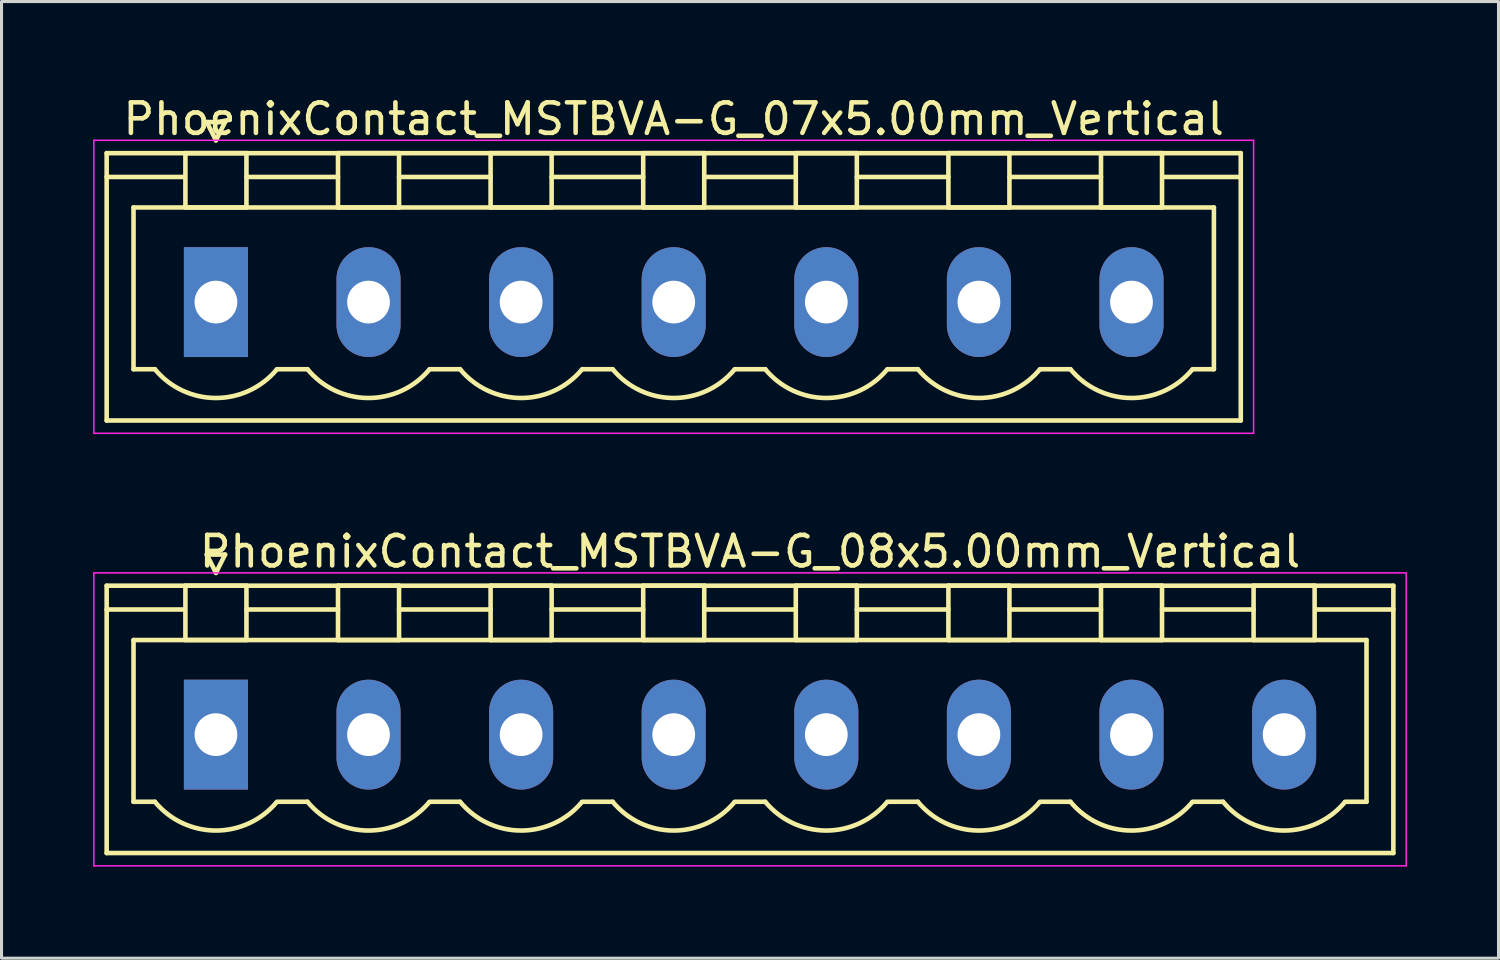
<source format=kicad_pcb>
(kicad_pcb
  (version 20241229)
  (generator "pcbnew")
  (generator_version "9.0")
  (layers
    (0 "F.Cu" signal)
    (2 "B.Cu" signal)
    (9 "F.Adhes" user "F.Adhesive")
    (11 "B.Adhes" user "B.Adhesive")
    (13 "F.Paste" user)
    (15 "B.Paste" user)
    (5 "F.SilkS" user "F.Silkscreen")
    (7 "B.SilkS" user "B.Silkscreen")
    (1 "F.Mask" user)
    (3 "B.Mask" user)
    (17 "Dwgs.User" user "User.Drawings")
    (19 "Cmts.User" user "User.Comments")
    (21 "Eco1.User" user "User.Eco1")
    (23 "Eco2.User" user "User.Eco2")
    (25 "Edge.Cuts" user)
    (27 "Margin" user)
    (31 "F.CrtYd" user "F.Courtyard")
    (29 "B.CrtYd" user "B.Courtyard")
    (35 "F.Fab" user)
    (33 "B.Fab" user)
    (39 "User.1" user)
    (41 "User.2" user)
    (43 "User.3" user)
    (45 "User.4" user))
  (footprint "PhoenixContact_MSTBVA-G_07x5.00mm_Vertical"
    (layer "F.Cu")
    (at 4.025 6.848)
    (property "Reference" "PhoenixContact_MSTBVA-G_07x5.00mm_Vertical" (at 15 -6 0) (layer "F.SilkS") (effects (font (size 1 1) (thickness 0.15))))
    (attr through_hole)
    (fp_line (start -3.58 -4.88) (end -3.58 3.88) (stroke (width 0.15) (type solid)) (layer "F.SilkS"))
    (fp_line (start -3.58 -4.1) (end -1.08 -4.1) (stroke (width 0.15) (type solid)) (layer "F.SilkS"))
    (fp_line (start -3.58 3.88) (end 33.58 3.88) (stroke (width 0.15) (type solid)) (layer "F.SilkS"))
    (fp_line (start -2.7 -3.1) (end 32.7 -3.1) (stroke (width 0.15) (type solid)) (layer "F.SilkS"))
    (fp_line (start -2.7 2.2) (end -2.7 -3.1) (stroke (width 0.15) (type solid)) (layer "F.SilkS"))
    (fp_line (start -2 2.2) (end -2.7 2.2) (stroke (width 0.15) (type solid)) (layer "F.SilkS"))
    (fp_line (start -1 -4.88) (end 1 -4.88) (stroke (width 0.15) (type solid)) (layer "F.SilkS"))
    (fp_line (start -1 -3.1) (end -1 -4.88) (stroke (width 0.15) (type solid)) (layer "F.SilkS"))
    (fp_line (start -0.3 -5.9) (end 0 -5.3) (stroke (width 0.15) (type solid)) (layer "F.SilkS"))
    (fp_line (start 0 -5.3) (end 0.3 -5.9) (stroke (width 0.15) (type solid)) (layer "F.SilkS"))
    (fp_line (start 0.3 -5.9) (end -0.3 -5.9) (stroke (width 0.15) (type solid)) (layer "F.SilkS"))
    (fp_line (start 1 -4.88) (end 1 -3.1) (stroke (width 0.15) (type solid)) (layer "F.SilkS"))
    (fp_line (start 1 -4.1) (end 4 -4.1) (stroke (width 0.15) (type solid)) (layer "F.SilkS"))
    (fp_line (start 1 -3.1) (end -1 -3.1) (stroke (width 0.15) (type solid)) (layer "F.SilkS"))
    (fp_line (start 2 2.2) (end 3 2.2) (stroke (width 0.15) (type solid)) (layer "F.SilkS"))
    (fp_line (start 4 -4.88) (end 6 -4.88) (stroke (width 0.15) (type solid)) (layer "F.SilkS"))
    (fp_line (start 4 -3.1) (end 4 -4.88) (stroke (width 0.15) (type solid)) (layer "F.SilkS"))
    (fp_line (start 6 -4.88) (end 6 -3.1) (stroke (width 0.15) (type solid)) (layer "F.SilkS"))
    (fp_line (start 6 -4.1) (end 9 -4.1) (stroke (width 0.15) (type solid)) (layer "F.SilkS"))
    (fp_line (start 6 -3.1) (end 4 -3.1) (stroke (width 0.15) (type solid)) (layer "F.SilkS"))
    (fp_line (start 7 2.2) (end 8 2.2) (stroke (width 0.15) (type solid)) (layer "F.SilkS"))
    (fp_line (start 9 -4.88) (end 11 -4.88) (stroke (width 0.15) (type solid)) (layer "F.SilkS"))
    (fp_line (start 9 -3.1) (end 9 -4.88) (stroke (width 0.15) (type solid)) (layer "F.SilkS"))
    (fp_line (start 11 -4.88) (end 11 -3.1) (stroke (width 0.15) (type solid)) (layer "F.SilkS"))
    (fp_line (start 11 -4.1) (end 14 -4.1) (stroke (width 0.15) (type solid)) (layer "F.SilkS"))
    (fp_line (start 11 -3.1) (end 9 -3.1) (stroke (width 0.15) (type solid)) (layer "F.SilkS"))
    (fp_line (start 12 2.2) (end 13 2.2) (stroke (width 0.15) (type solid)) (layer "F.SilkS"))
    (fp_line (start 14 -4.88) (end 16 -4.88) (stroke (width 0.15) (type solid)) (layer "F.SilkS"))
    (fp_line (start 14 -3.1) (end 14 -4.88) (stroke (width 0.15) (type solid)) (layer "F.SilkS"))
    (fp_line (start 16 -4.88) (end 16 -3.1) (stroke (width 0.15) (type solid)) (layer "F.SilkS"))
    (fp_line (start 16 -4.1) (end 19 -4.1) (stroke (width 0.15) (type solid)) (layer "F.SilkS"))
    (fp_line (start 16 -3.1) (end 14 -3.1) (stroke (width 0.15) (type solid)) (layer "F.SilkS"))
    (fp_line (start 17 2.2) (end 18 2.2) (stroke (width 0.15) (type solid)) (layer "F.SilkS"))
    (fp_line (start 19 -4.88) (end 21 -4.88) (stroke (width 0.15) (type solid)) (layer "F.SilkS"))
    (fp_line (start 19 -3.1) (end 19 -4.88) (stroke (width 0.15) (type solid)) (layer "F.SilkS"))
    (fp_line (start 21 -4.88) (end 21 -3.1) (stroke (width 0.15) (type solid)) (layer "F.SilkS"))
    (fp_line (start 21 -4.1) (end 24 -4.1) (stroke (width 0.15) (type solid)) (layer "F.SilkS"))
    (fp_line (start 21 -3.1) (end 19 -3.1) (stroke (width 0.15) (type solid)) (layer "F.SilkS"))
    (fp_line (start 22 2.2) (end 23 2.2) (stroke (width 0.15) (type solid)) (layer "F.SilkS"))
    (fp_line (start 24 -4.88) (end 26 -4.88) (stroke (width 0.15) (type solid)) (layer "F.SilkS"))
    (fp_line (start 24 -3.1) (end 24 -4.88) (stroke (width 0.15) (type solid)) (layer "F.SilkS"))
    (fp_line (start 26 -4.88) (end 26 -3.1) (stroke (width 0.15) (type solid)) (layer "F.SilkS"))
    (fp_line (start 26 -4.1) (end 29 -4.1) (stroke (width 0.15) (type solid)) (layer "F.SilkS"))
    (fp_line (start 26 -3.1) (end 24 -3.1) (stroke (width 0.15) (type solid)) (layer "F.SilkS"))
    (fp_line (start 27 2.2) (end 28 2.2) (stroke (width 0.15) (type solid)) (layer "F.SilkS"))
    (fp_line (start 29 -4.88) (end 31 -4.88) (stroke (width 0.15) (type solid)) (layer "F.SilkS"))
    (fp_line (start 29 -3.1) (end 29 -4.88) (stroke (width 0.15) (type solid)) (layer "F.SilkS"))
    (fp_line (start 31 -4.88) (end 31 -3.1) (stroke (width 0.15) (type solid)) (layer "F.SilkS"))
    (fp_line (start 31 -3.1) (end 29 -3.1) (stroke (width 0.15) (type solid)) (layer "F.SilkS"))
    (fp_line (start 32.7 -3.1) (end 32.7 2.2) (stroke (width 0.15) (type solid)) (layer "F.SilkS"))
    (fp_line (start 32.7 2.2) (end 32 2.2) (stroke (width 0.15) (type solid)) (layer "F.SilkS"))
    (fp_line (start 33.58 -4.88) (end -3.58 -4.88) (stroke (width 0.15) (type solid)) (layer "F.SilkS"))
    (fp_line (start 33.58 -4.1) (end 31.08 -4.1) (stroke (width 0.15) (type solid)) (layer "F.SilkS"))
    (fp_line (start 33.58 3.88) (end 33.58 -4.88) (stroke (width 0.15) (type solid)) (layer "F.SilkS"))
    (fp_arc (start 1.986842 2.215821) (mid -0.010289 3.142758) (end -2 2.2) (stroke (width 0.15) (type solid)) (layer "F.SilkS"))
    (fp_arc (start 6.986842 2.215821) (mid 4.989711 3.142758) (end 3 2.2) (stroke (width 0.15) (type solid)) (layer "F.SilkS"))
    (fp_arc (start 11.986842 2.215821) (mid 9.989711 3.142758) (end 8 2.2) (stroke (width 0.15) (type solid)) (layer "F.SilkS"))
    (fp_arc (start 16.986842 2.215821) (mid 14.989711 3.142758) (end 13 2.2) (stroke (width 0.15) (type solid)) (layer "F.SilkS"))
    (fp_arc (start 21.986842 2.215821) (mid 19.989711 3.142758) (end 18 2.2) (stroke (width 0.15) (type solid)) (layer "F.SilkS"))
    (fp_arc (start 26.986842 2.215821) (mid 24.989711 3.142758) (end 23 2.2) (stroke (width 0.15) (type solid)) (layer "F.SilkS"))
    (fp_arc (start 31.986842 2.215821) (mid 29.989711 3.142758) (end 28 2.2) (stroke (width 0.15) (type solid)) (layer "F.SilkS"))
    (fp_line (start -4 -5.3) (end -4 4.3) (stroke (width 0.05) (type solid)) (layer "F.CrtYd"))
    (fp_line (start -4 4.3) (end 34 4.3) (stroke (width 0.05) (type solid)) (layer "F.CrtYd"))
    (fp_line (start 34 -5.3) (end -4 -5.3) (stroke (width 0.05) (type solid)) (layer "F.CrtYd"))
    (fp_line (start 34 4.3) (end 34 -5.3) (stroke (width 0.05) (type solid)) (layer "F.CrtYd"))
    (pad "1" thru_hole rect (at 0 0) (size 2.1 3.6) (drill 1.4) (layers "*.Cu" "*.Mask"))
    (pad "2" thru_hole oval (at 5 0) (size 2.1 3.6) (drill 1.4) (layers "*.Cu" "*.Mask"))
    (pad "3" thru_hole oval (at 10 0) (size 2.1 3.6) (drill 1.4) (layers "*.Cu" "*.Mask"))
    (pad "4" thru_hole oval (at 15 0) (size 2.1 3.6) (drill 1.4) (layers "*.Cu" "*.Mask"))
    (pad "5" thru_hole oval (at 20 0) (size 2.1 3.6) (drill 1.4) (layers "*.Cu" "*.Mask"))
    (pad "6" thru_hole oval (at 25 0) (size 2.1 3.6) (drill 1.4) (layers "*.Cu" "*.Mask"))
    (pad "7" thru_hole oval (at 30 0) (size 2.1 3.6) (drill 1.4) (layers "*.Cu" "*.Mask")))
  (footprint "PhoenixContact_MSTBVA-G_08x5.00mm_Vertical"
    (layer "F.Cu")
    (at 4.025 21.021)
    (property "Reference" "PhoenixContact_MSTBVA-G_08x5.00mm_Vertical" (at 17.5 -6 0) (layer "F.SilkS") (effects (font (size 1 1) (thickness 0.15))))
    (attr through_hole)
    (fp_line (start -3.58 -4.88) (end -3.58 3.88) (stroke (width 0.15) (type solid)) (layer "F.SilkS"))
    (fp_line (start -3.58 -4.1) (end -1.08 -4.1) (stroke (width 0.15) (type solid)) (layer "F.SilkS"))
    (fp_line (start -3.58 3.88) (end 38.58 3.88) (stroke (width 0.15) (type solid)) (layer "F.SilkS"))
    (fp_line (start -2.7 -3.1) (end 37.7 -3.1) (stroke (width 0.15) (type solid)) (layer "F.SilkS"))
    (fp_line (start -2.7 2.2) (end -2.7 -3.1) (stroke (width 0.15) (type solid)) (layer "F.SilkS"))
    (fp_line (start -2 2.2) (end -2.7 2.2) (stroke (width 0.15) (type solid)) (layer "F.SilkS"))
    (fp_line (start -1 -4.88) (end 1 -4.88) (stroke (width 0.15) (type solid)) (layer "F.SilkS"))
    (fp_line (start -1 -3.1) (end -1 -4.88) (stroke (width 0.15) (type solid)) (layer "F.SilkS"))
    (fp_line (start -0.3 -5.9) (end 0 -5.3) (stroke (width 0.15) (type solid)) (layer "F.SilkS"))
    (fp_line (start 0 -5.3) (end 0.3 -5.9) (stroke (width 0.15) (type solid)) (layer "F.SilkS"))
    (fp_line (start 0.3 -5.9) (end -0.3 -5.9) (stroke (width 0.15) (type solid)) (layer "F.SilkS"))
    (fp_line (start 1 -4.88) (end 1 -3.1) (stroke (width 0.15) (type solid)) (layer "F.SilkS"))
    (fp_line (start 1 -4.1) (end 4 -4.1) (stroke (width 0.15) (type solid)) (layer "F.SilkS"))
    (fp_line (start 1 -3.1) (end -1 -3.1) (stroke (width 0.15) (type solid)) (layer "F.SilkS"))
    (fp_line (start 2 2.2) (end 3 2.2) (stroke (width 0.15) (type solid)) (layer "F.SilkS"))
    (fp_line (start 4 -4.88) (end 6 -4.88) (stroke (width 0.15) (type solid)) (layer "F.SilkS"))
    (fp_line (start 4 -3.1) (end 4 -4.88) (stroke (width 0.15) (type solid)) (layer "F.SilkS"))
    (fp_line (start 6 -4.88) (end 6 -3.1) (stroke (width 0.15) (type solid)) (layer "F.SilkS"))
    (fp_line (start 6 -4.1) (end 9 -4.1) (stroke (width 0.15) (type solid)) (layer "F.SilkS"))
    (fp_line (start 6 -3.1) (end 4 -3.1) (stroke (width 0.15) (type solid)) (layer "F.SilkS"))
    (fp_line (start 7 2.2) (end 8 2.2) (stroke (width 0.15) (type solid)) (layer "F.SilkS"))
    (fp_line (start 9 -4.88) (end 11 -4.88) (stroke (width 0.15) (type solid)) (layer "F.SilkS"))
    (fp_line (start 9 -3.1) (end 9 -4.88) (stroke (width 0.15) (type solid)) (layer "F.SilkS"))
    (fp_line (start 11 -4.88) (end 11 -3.1) (stroke (width 0.15) (type solid)) (layer "F.SilkS"))
    (fp_line (start 11 -4.1) (end 14 -4.1) (stroke (width 0.15) (type solid)) (layer "F.SilkS"))
    (fp_line (start 11 -3.1) (end 9 -3.1) (stroke (width 0.15) (type solid)) (layer "F.SilkS"))
    (fp_line (start 12 2.2) (end 13 2.2) (stroke (width 0.15) (type solid)) (layer "F.SilkS"))
    (fp_line (start 14 -4.88) (end 16 -4.88) (stroke (width 0.15) (type solid)) (layer "F.SilkS"))
    (fp_line (start 14 -3.1) (end 14 -4.88) (stroke (width 0.15) (type solid)) (layer "F.SilkS"))
    (fp_line (start 16 -4.88) (end 16 -3.1) (stroke (width 0.15) (type solid)) (layer "F.SilkS"))
    (fp_line (start 16 -4.1) (end 19 -4.1) (stroke (width 0.15) (type solid)) (layer "F.SilkS"))
    (fp_line (start 16 -3.1) (end 14 -3.1) (stroke (width 0.15) (type solid)) (layer "F.SilkS"))
    (fp_line (start 17 2.2) (end 18 2.2) (stroke (width 0.15) (type solid)) (layer "F.SilkS"))
    (fp_line (start 19 -4.88) (end 21 -4.88) (stroke (width 0.15) (type solid)) (layer "F.SilkS"))
    (fp_line (start 19 -3.1) (end 19 -4.88) (stroke (width 0.15) (type solid)) (layer "F.SilkS"))
    (fp_line (start 21 -4.88) (end 21 -3.1) (stroke (width 0.15) (type solid)) (layer "F.SilkS"))
    (fp_line (start 21 -4.1) (end 24 -4.1) (stroke (width 0.15) (type solid)) (layer "F.SilkS"))
    (fp_line (start 21 -3.1) (end 19 -3.1) (stroke (width 0.15) (type solid)) (layer "F.SilkS"))
    (fp_line (start 22 2.2) (end 23 2.2) (stroke (width 0.15) (type solid)) (layer "F.SilkS"))
    (fp_line (start 24 -4.88) (end 26 -4.88) (stroke (width 0.15) (type solid)) (layer "F.SilkS"))
    (fp_line (start 24 -3.1) (end 24 -4.88) (stroke (width 0.15) (type solid)) (layer "F.SilkS"))
    (fp_line (start 26 -4.88) (end 26 -3.1) (stroke (width 0.15) (type solid)) (layer "F.SilkS"))
    (fp_line (start 26 -4.1) (end 29 -4.1) (stroke (width 0.15) (type solid)) (layer "F.SilkS"))
    (fp_line (start 26 -3.1) (end 24 -3.1) (stroke (width 0.15) (type solid)) (layer "F.SilkS"))
    (fp_line (start 27 2.2) (end 28 2.2) (stroke (width 0.15) (type solid)) (layer "F.SilkS"))
    (fp_line (start 29 -4.88) (end 31 -4.88) (stroke (width 0.15) (type solid)) (layer "F.SilkS"))
    (fp_line (start 29 -3.1) (end 29 -4.88) (stroke (width 0.15) (type solid)) (layer "F.SilkS"))
    (fp_line (start 31 -4.88) (end 31 -3.1) (stroke (width 0.15) (type solid)) (layer "F.SilkS"))
    (fp_line (start 31 -4.1) (end 34 -4.1) (stroke (width 0.15) (type solid)) (layer "F.SilkS"))
    (fp_line (start 31 -3.1) (end 29 -3.1) (stroke (width 0.15) (type solid)) (layer "F.SilkS"))
    (fp_line (start 32 2.2) (end 33 2.2) (stroke (width 0.15) (type solid)) (layer "F.SilkS"))
    (fp_line (start 34 -4.88) (end 36 -4.88) (stroke (width 0.15) (type solid)) (layer "F.SilkS"))
    (fp_line (start 34 -3.1) (end 34 -4.88) (stroke (width 0.15) (type solid)) (layer "F.SilkS"))
    (fp_line (start 36 -4.88) (end 36 -3.1) (stroke (width 0.15) (type solid)) (layer "F.SilkS"))
    (fp_line (start 36 -3.1) (end 34 -3.1) (stroke (width 0.15) (type solid)) (layer "F.SilkS"))
    (fp_line (start 37.7 -3.1) (end 37.7 2.2) (stroke (width 0.15) (type solid)) (layer "F.SilkS"))
    (fp_line (start 37.7 2.2) (end 37 2.2) (stroke (width 0.15) (type solid)) (layer "F.SilkS"))
    (fp_line (start 38.58 -4.88) (end -3.58 -4.88) (stroke (width 0.15) (type solid)) (layer "F.SilkS"))
    (fp_line (start 38.58 -4.1) (end 36.08 -4.1) (stroke (width 0.15) (type solid)) (layer "F.SilkS"))
    (fp_line (start 38.58 3.88) (end 38.58 -4.88) (stroke (width 0.15) (type solid)) (layer "F.SilkS"))
    (fp_arc (start 1.986842 2.215821) (mid -0.010289 3.142758) (end -2 2.2) (stroke (width 0.15) (type solid)) (layer "F.SilkS"))
    (fp_arc (start 6.986842 2.215821) (mid 4.989711 3.142758) (end 3 2.2) (stroke (width 0.15) (type solid)) (layer "F.SilkS"))
    (fp_arc (start 11.986842 2.215821) (mid 9.989711 3.142758) (end 8 2.2) (stroke (width 0.15) (type solid)) (layer "F.SilkS"))
    (fp_arc (start 16.986842 2.215821) (mid 14.989711 3.142758) (end 13 2.2) (stroke (width 0.15) (type solid)) (layer "F.SilkS"))
    (fp_arc (start 21.986842 2.215821) (mid 19.989711 3.142758) (end 18 2.2) (stroke (width 0.15) (type solid)) (layer "F.SilkS"))
    (fp_arc (start 26.986842 2.215821) (mid 24.989711 3.142758) (end 23 2.2) (stroke (width 0.15) (type solid)) (layer "F.SilkS"))
    (fp_arc (start 31.986842 2.215821) (mid 29.989711 3.142758) (end 28 2.2) (stroke (width 0.15) (type solid)) (layer "F.SilkS"))
    (fp_arc (start 36.986842 2.215821) (mid 34.989711 3.142758) (end 33 2.2) (stroke (width 0.15) (type solid)) (layer "F.SilkS"))
    (fp_line (start -4 -5.3) (end -4 4.3) (stroke (width 0.05) (type solid)) (layer "F.CrtYd"))
    (fp_line (start -4 4.3) (end 39 4.3) (stroke (width 0.05) (type solid)) (layer "F.CrtYd"))
    (fp_line (start 39 -5.3) (end -4 -5.3) (stroke (width 0.05) (type solid)) (layer "F.CrtYd"))
    (fp_line (start 39 4.3) (end 39 -5.3) (stroke (width 0.05) (type solid)) (layer "F.CrtYd"))
    (pad "1" thru_hole rect (at 0 0) (size 2.1 3.6) (drill 1.4) (layers "*.Cu" "*.Mask"))
    (pad "2" thru_hole oval (at 5 0) (size 2.1 3.6) (drill 1.4) (layers "*.Cu" "*.Mask"))
    (pad "3" thru_hole oval (at 10 0) (size 2.1 3.6) (drill 1.4) (layers "*.Cu" "*.Mask"))
    (pad "4" thru_hole oval (at 15 0) (size 2.1 3.6) (drill 1.4) (layers "*.Cu" "*.Mask"))
    (pad "5" thru_hole oval (at 20 0) (size 2.1 3.6) (drill 1.4) (layers "*.Cu" "*.Mask"))
    (pad "6" thru_hole oval (at 25 0) (size 2.1 3.6) (drill 1.4) (layers "*.Cu" "*.Mask"))
    (pad "7" thru_hole oval (at 30 0) (size 2.1 3.6) (drill 1.4) (layers "*.Cu" "*.Mask"))
    (pad "8" thru_hole oval (at 35 0) (size 2.1 3.6) (drill 1.4) (layers "*.Cu" "*.Mask")))
  (gr_rect
    (start -3 -3)
    (end 46.05 28.346)
    (stroke (width 0.1) (type default))
    (fill no)
    (layer "Edge.Cuts")))
</source>
